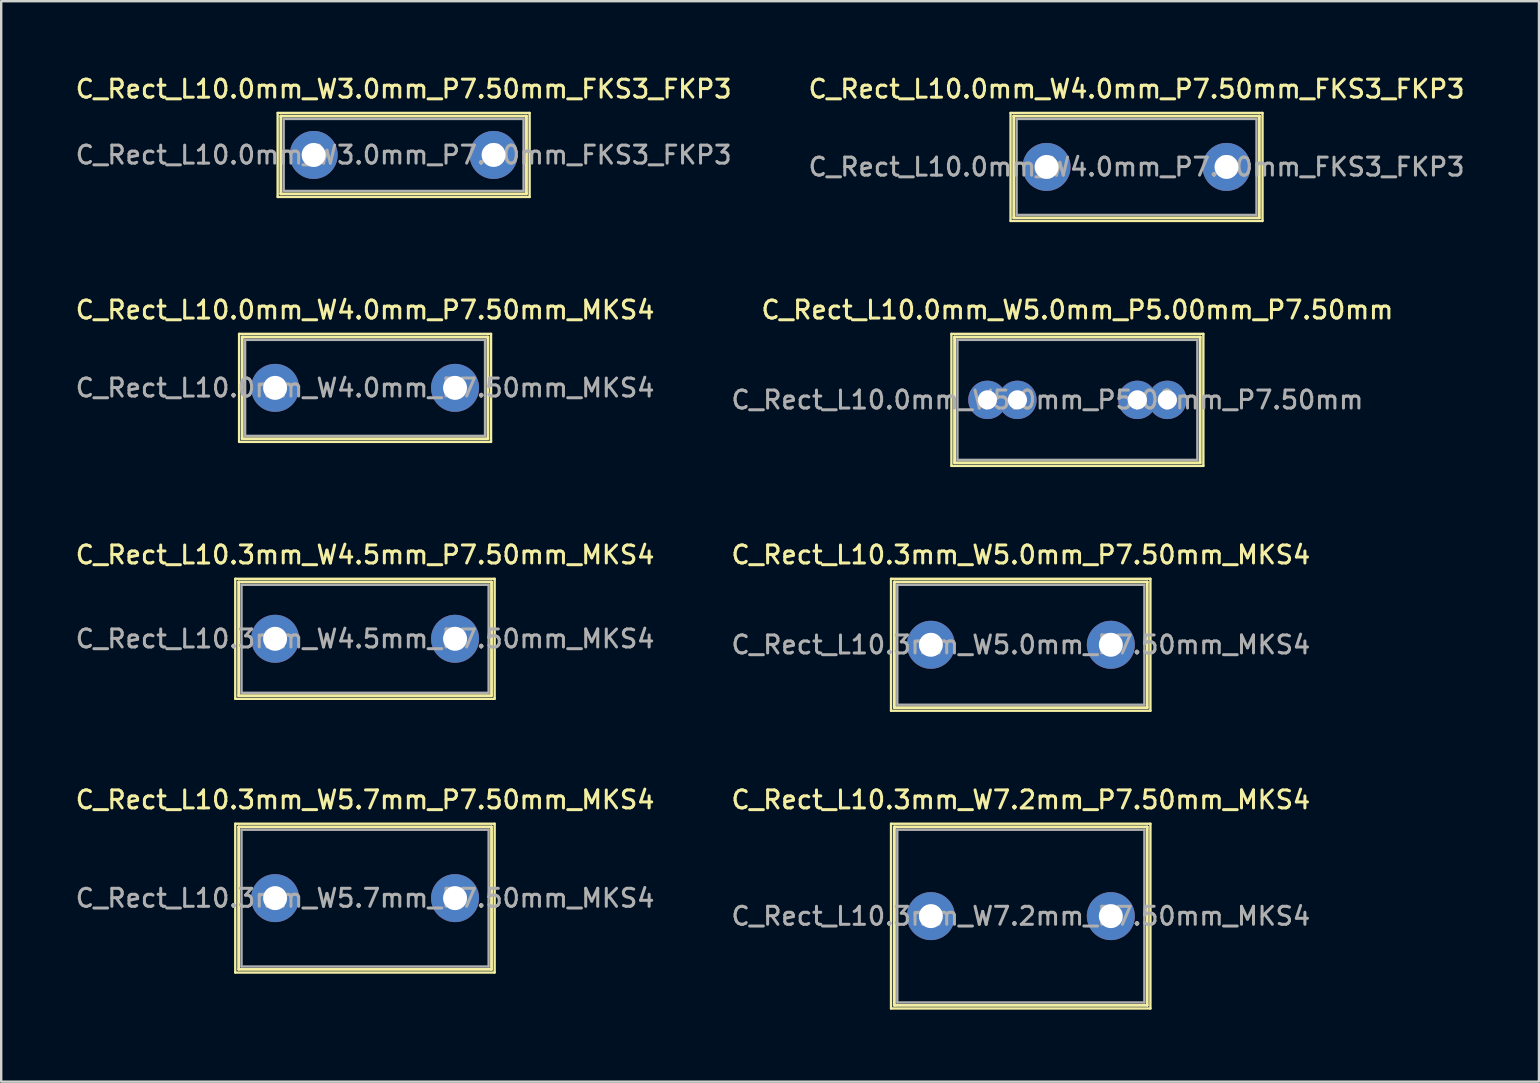
<source format=kicad_pcb>
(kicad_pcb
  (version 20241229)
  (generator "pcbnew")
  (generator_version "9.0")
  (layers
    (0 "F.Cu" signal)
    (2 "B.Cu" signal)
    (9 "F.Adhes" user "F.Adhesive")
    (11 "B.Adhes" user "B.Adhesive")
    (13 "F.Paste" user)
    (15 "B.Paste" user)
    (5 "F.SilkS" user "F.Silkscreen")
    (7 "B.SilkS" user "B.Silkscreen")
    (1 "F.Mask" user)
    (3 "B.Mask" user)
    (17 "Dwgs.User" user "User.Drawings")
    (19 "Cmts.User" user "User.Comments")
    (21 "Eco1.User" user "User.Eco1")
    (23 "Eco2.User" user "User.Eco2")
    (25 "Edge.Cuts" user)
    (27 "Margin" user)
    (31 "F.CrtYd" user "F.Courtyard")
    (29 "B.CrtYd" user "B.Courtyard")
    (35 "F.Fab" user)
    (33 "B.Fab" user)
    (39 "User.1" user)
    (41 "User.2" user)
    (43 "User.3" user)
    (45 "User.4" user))
  (footprint "C_Rect_L10.0mm_W4.0mm_P7.50mm_FKS3_FKP3"
    (layer "F.Cu")
    (at 40.57 3.908)
    (property "Reference" "C_Rect_L10.0mm_W4.0mm_P7.50mm_FKS3_FKP3" (at 3.75 -3.25 0) (layer "F.SilkS") (effects (font (size 0.75 0.75) (thickness 0.125))))
    (attr through_hole)
    (fp_line (start -1.5 -2.25) (end -1.5 2.25) (stroke (width 0.1) (type solid)) (layer "F.SilkS"))
    (fp_line (start -1.5 2.25) (end 9 2.25) (stroke (width 0.1) (type solid)) (layer "F.SilkS"))
    (fp_line (start -1.37 -2.12) (end -1.37 2.12) (stroke (width 0.12) (type solid)) (layer "F.SilkS"))
    (fp_line (start -1.37 -2.12) (end 8.87 -2.12) (stroke (width 0.12) (type solid)) (layer "F.SilkS"))
    (fp_line (start -1.37 2.12) (end 8.87 2.12) (stroke (width 0.12) (type solid)) (layer "F.SilkS"))
    (fp_line (start 8.87 -2.12) (end 8.87 2.12) (stroke (width 0.12) (type solid)) (layer "F.SilkS"))
    (fp_line (start 9 -2.25) (end -1.5 -2.25) (stroke (width 0.1) (type solid)) (layer "F.SilkS"))
    (fp_line (start 9 2.25) (end 9 -2.25) (stroke (width 0.1) (type solid)) (layer "F.SilkS"))
    (fp_line (start -1.25 -2) (end -1.25 2) (stroke (width 0.1) (type solid)) (layer "F.Fab"))
    (fp_line (start -1.25 2) (end 8.75 2) (stroke (width 0.1) (type solid)) (layer "F.Fab"))
    (fp_line (start 8.75 -2) (end -1.25 -2) (stroke (width 0.1) (type solid)) (layer "F.Fab"))
    (fp_line (start 8.75 2) (end 8.75 -2) (stroke (width 0.1) (type solid)) (layer "F.Fab"))
    (fp_text user "${REFERENCE}" (at 3.75 0 0) (layer "F.Fab") (effects (font (size 0.75 0.75) (thickness 0.125))))
    (pad "1" thru_hole circle (at 0 0) (size 2 2) (drill 1) (layers "*.Cu" "*.Mask"))
    (pad "2" thru_hole circle (at 7.5 0) (size 2 2) (drill 1) (layers "*.Cu" "*.Mask")))
  (footprint "C_Rect_L10.3mm_W4.5mm_P7.50mm_MKS4"
    (layer "F.Cu")
    (at 8.416 23.574)
    (property "Reference" "C_Rect_L10.3mm_W4.5mm_P7.50mm_MKS4" (at 3.75 -3.5 0) (layer "F.SilkS") (effects (font (size 0.75 0.75) (thickness 0.125))))
    (attr through_hole)
    (fp_line (start -1.66 -2.5) (end -1.66 2.5) (stroke (width 0.1) (type solid)) (layer "F.SilkS"))
    (fp_line (start -1.66 2.5) (end 9.15 2.5) (stroke (width 0.1) (type solid)) (layer "F.SilkS"))
    (fp_line (start -1.52 -2.37) (end -1.52 2.37) (stroke (width 0.12) (type solid)) (layer "F.SilkS"))
    (fp_line (start -1.52 -2.37) (end 9.02 -2.37) (stroke (width 0.12) (type solid)) (layer "F.SilkS"))
    (fp_line (start -1.52 2.37) (end 9.02 2.37) (stroke (width 0.12) (type solid)) (layer "F.SilkS"))
    (fp_line (start 9.02 -2.37) (end 9.02 2.37) (stroke (width 0.12) (type solid)) (layer "F.SilkS"))
    (fp_line (start 9.15 -2.5) (end -1.66 -2.5) (stroke (width 0.1) (type solid)) (layer "F.SilkS"))
    (fp_line (start 9.15 2.5) (end 9.15 -2.5) (stroke (width 0.1) (type solid)) (layer "F.SilkS"))
    (fp_line (start -1.4 -2.25) (end -1.4 2.25) (stroke (width 0.1) (type solid)) (layer "F.Fab"))
    (fp_line (start -1.4 2.25) (end 8.9 2.25) (stroke (width 0.1) (type solid)) (layer "F.Fab"))
    (fp_line (start 8.9 -2.25) (end -1.4 -2.25) (stroke (width 0.1) (type solid)) (layer "F.Fab"))
    (fp_line (start 8.9 2.25) (end 8.9 -2.25) (stroke (width 0.1) (type solid)) (layer "F.Fab"))
    (fp_text user "${REFERENCE}" (at 3.75 0 0) (layer "F.Fab") (effects (font (size 0.75 0.75) (thickness 0.125))))
    (pad "1" thru_hole circle (at 0 0) (size 2 2) (drill 1) (layers "*.Cu" "*.Mask"))
    (pad "2" thru_hole circle (at 7.5 0) (size 2 2) (drill 1) (layers "*.Cu" "*.Mask")))
  (footprint "C_Rect_L10.3mm_W5.0mm_P7.50mm_MKS4"
    (layer "F.Cu")
    (at 35.748 23.824)
    (property "Reference" "C_Rect_L10.3mm_W5.0mm_P7.50mm_MKS4" (at 3.75 -3.75 0) (layer "F.SilkS") (effects (font (size 0.75 0.75) (thickness 0.125))))
    (attr through_hole)
    (fp_line (start -1.66 -2.75) (end -1.66 2.75) (stroke (width 0.1) (type solid)) (layer "F.SilkS"))
    (fp_line (start -1.66 2.75) (end 9.15 2.75) (stroke (width 0.1) (type solid)) (layer "F.SilkS"))
    (fp_line (start -1.52 -2.62) (end -1.52 2.62) (stroke (width 0.12) (type solid)) (layer "F.SilkS"))
    (fp_line (start -1.52 -2.62) (end 9.02 -2.62) (stroke (width 0.12) (type solid)) (layer "F.SilkS"))
    (fp_line (start -1.52 2.62) (end 9.02 2.62) (stroke (width 0.12) (type solid)) (layer "F.SilkS"))
    (fp_line (start 9.02 -2.62) (end 9.02 2.62) (stroke (width 0.12) (type solid)) (layer "F.SilkS"))
    (fp_line (start 9.15 -2.75) (end -1.66 -2.75) (stroke (width 0.1) (type solid)) (layer "F.SilkS"))
    (fp_line (start 9.15 2.75) (end 9.15 -2.75) (stroke (width 0.1) (type solid)) (layer "F.SilkS"))
    (fp_line (start -1.4 -2.5) (end -1.4 2.5) (stroke (width 0.1) (type solid)) (layer "F.Fab"))
    (fp_line (start -1.4 2.5) (end 8.9 2.5) (stroke (width 0.1) (type solid)) (layer "F.Fab"))
    (fp_line (start 8.9 -2.5) (end -1.4 -2.5) (stroke (width 0.1) (type solid)) (layer "F.Fab"))
    (fp_line (start 8.9 2.5) (end 8.9 -2.5) (stroke (width 0.1) (type solid)) (layer "F.Fab"))
    (fp_text user "${REFERENCE}" (at 3.75 0 0) (layer "F.Fab") (effects (font (size 0.75 0.75) (thickness 0.125))))
    (pad "1" thru_hole circle (at 0 0) (size 2 2) (drill 1) (layers "*.Cu" "*.Mask"))
    (pad "2" thru_hole circle (at 7.5 0) (size 2 2) (drill 1) (layers "*.Cu" "*.Mask")))
  (footprint "C_Rect_L10.0mm_W5.0mm_P5.00mm_P7.50mm"
    (layer "F.Cu")
    (at 38.105 13.616)
    (property "Reference" "C_Rect_L10.0mm_W5.0mm_P5.00mm_P7.50mm" (at 3.75 -3.75 0) (layer "F.SilkS") (effects (font (size 0.75 0.75) (thickness 0.125))))
    (attr through_hole)
    (fp_line (start -1.5 -2.75) (end -1.5 2.75) (stroke (width 0.1) (type solid)) (layer "F.SilkS"))
    (fp_line (start -1.5 2.75) (end 9 2.75) (stroke (width 0.1) (type solid)) (layer "F.SilkS"))
    (fp_line (start -1.37 -2.62) (end -1.37 2.62) (stroke (width 0.12) (type solid)) (layer "F.SilkS"))
    (fp_line (start -1.37 -2.62) (end 8.87 -2.62) (stroke (width 0.12) (type solid)) (layer "F.SilkS"))
    (fp_line (start -1.37 2.62) (end 8.87 2.62) (stroke (width 0.12) (type solid)) (layer "F.SilkS"))
    (fp_line (start 8.87 -2.62) (end 8.87 2.62) (stroke (width 0.12) (type solid)) (layer "F.SilkS"))
    (fp_line (start 9 -2.75) (end -1.5 -2.75) (stroke (width 0.1) (type solid)) (layer "F.SilkS"))
    (fp_line (start 9 2.75) (end 9 -2.75) (stroke (width 0.1) (type solid)) (layer "F.SilkS"))
    (fp_line (start -1.25 -2.5) (end -1.25 2.5) (stroke (width 0.1) (type solid)) (layer "F.Fab"))
    (fp_line (start -1.25 2.5) (end 8.75 2.5) (stroke (width 0.1) (type solid)) (layer "F.Fab"))
    (fp_line (start 8.75 -2.5) (end -1.25 -2.5) (stroke (width 0.1) (type solid)) (layer "F.Fab"))
    (fp_line (start 8.75 2.5) (end 8.75 -2.5) (stroke (width 0.1) (type solid)) (layer "F.Fab"))
    (fp_text user "${REFERENCE}" (at 2.5 0 0) (layer "F.Fab") (effects (font (size 0.75 0.75) (thickness 0.125))))
    (pad "1" thru_hole circle (at 0 0) (size 1.6 1.6) (drill 0.8) (layers "*.Cu" "*.Mask"))
    (pad "1" thru_hole circle (at 1.25 0) (size 1.6 1.6) (drill 0.8) (layers "*.Cu" "*.Mask"))
    (pad "2" thru_hole circle (at 6.25 0) (size 1.6 1.6) (drill 0.8) (layers "*.Cu" "*.Mask"))
    (pad "2" thru_hole circle (at 7.5 0) (size 1.6 1.6) (drill 0.8) (layers "*.Cu" "*.Mask")))
  (footprint "C_Rect_L10.0mm_W4.0mm_P7.50mm_MKS4"
    (layer "F.Cu")
    (at 8.416 13.116)
    (property "Reference" "C_Rect_L10.0mm_W4.0mm_P7.50mm_MKS4" (at 3.75 -3.25 0) (layer "F.SilkS") (effects (font (size 0.75 0.75) (thickness 0.125))))
    (attr through_hole)
    (fp_line (start -1.5 -2.25) (end -1.5 2.25) (stroke (width 0.1) (type solid)) (layer "F.SilkS"))
    (fp_line (start -1.5 2.25) (end 9 2.25) (stroke (width 0.1) (type solid)) (layer "F.SilkS"))
    (fp_line (start -1.37 -2.12) (end -1.37 2.12) (stroke (width 0.12) (type solid)) (layer "F.SilkS"))
    (fp_line (start -1.37 -2.12) (end 8.87 -2.12) (stroke (width 0.12) (type solid)) (layer "F.SilkS"))
    (fp_line (start -1.37 2.12) (end 8.87 2.12) (stroke (width 0.12) (type solid)) (layer "F.SilkS"))
    (fp_line (start 8.87 -2.12) (end 8.87 2.12) (stroke (width 0.12) (type solid)) (layer "F.SilkS"))
    (fp_line (start 9 -2.25) (end -1.5 -2.25) (stroke (width 0.1) (type solid)) (layer "F.SilkS"))
    (fp_line (start 9 2.25) (end 9 -2.25) (stroke (width 0.1) (type solid)) (layer "F.SilkS"))
    (fp_line (start -1.25 -2) (end -1.25 2) (stroke (width 0.1) (type solid)) (layer "F.Fab"))
    (fp_line (start -1.25 2) (end 8.75 2) (stroke (width 0.1) (type solid)) (layer "F.Fab"))
    (fp_line (start 8.75 -2) (end -1.25 -2) (stroke (width 0.1) (type solid)) (layer "F.Fab"))
    (fp_line (start 8.75 2) (end 8.75 -2) (stroke (width 0.1) (type solid)) (layer "F.Fab"))
    (fp_text user "${REFERENCE}" (at 3.75 0 0) (layer "F.Fab") (effects (font (size 0.75 0.75) (thickness 0.125))))
    (pad "1" thru_hole circle (at 0 0) (size 2 2) (drill 1) (layers "*.Cu" "*.Mask"))
    (pad "2" thru_hole circle (at 7.5 0) (size 2 2) (drill 1) (layers "*.Cu" "*.Mask")))
  (footprint "C_Rect_L10.0mm_W3.0mm_P7.50mm_FKS3_FKP3"
    (layer "F.Cu")
    (at 10.023 3.408)
    (property "Reference" "C_Rect_L10.0mm_W3.0mm_P7.50mm_FKS3_FKP3" (at 3.75 -2.75 0) (layer "F.SilkS") (effects (font (size 0.75 0.75) (thickness 0.125))))
    (attr through_hole)
    (fp_line (start -1.5 -1.75) (end -1.5 1.75) (stroke (width 0.1) (type solid)) (layer "F.SilkS"))
    (fp_line (start -1.5 1.75) (end 9 1.75) (stroke (width 0.1) (type solid)) (layer "F.SilkS"))
    (fp_line (start -1.37 -1.62) (end -1.37 1.62) (stroke (width 0.12) (type solid)) (layer "F.SilkS"))
    (fp_line (start -1.37 -1.62) (end 8.87 -1.62) (stroke (width 0.12) (type solid)) (layer "F.SilkS"))
    (fp_line (start -1.37 1.62) (end 8.87 1.62) (stroke (width 0.12) (type solid)) (layer "F.SilkS"))
    (fp_line (start 8.87 -1.62) (end 8.87 1.62) (stroke (width 0.12) (type solid)) (layer "F.SilkS"))
    (fp_line (start 9 -1.75) (end -1.5 -1.75) (stroke (width 0.1) (type solid)) (layer "F.SilkS"))
    (fp_line (start 9 1.75) (end 9 -1.75) (stroke (width 0.1) (type solid)) (layer "F.SilkS"))
    (fp_line (start -1.25 -1.5) (end -1.25 1.5) (stroke (width 0.1) (type solid)) (layer "F.Fab"))
    (fp_line (start -1.25 1.5) (end 8.75 1.5) (stroke (width 0.1) (type solid)) (layer "F.Fab"))
    (fp_line (start 8.75 -1.5) (end -1.25 -1.5) (stroke (width 0.1) (type solid)) (layer "F.Fab"))
    (fp_line (start 8.75 1.5) (end 8.75 -1.5) (stroke (width 0.1) (type solid)) (layer "F.Fab"))
    (fp_text user "${REFERENCE}" (at 3.75 0 0) (layer "F.Fab") (effects (font (size 0.75 0.75) (thickness 0.125))))
    (pad "1" thru_hole circle (at 0 0) (size 2 2) (drill 1) (layers "*.Cu" "*.Mask"))
    (pad "2" thru_hole circle (at 7.5 0) (size 2 2) (drill 1) (layers "*.Cu" "*.Mask")))
  (footprint "C_Rect_L10.3mm_W7.2mm_P7.50mm_MKS4"
    (layer "F.Cu")
    (at 35.748 35.133)
    (property "Reference" "C_Rect_L10.3mm_W7.2mm_P7.50mm_MKS4" (at 3.75 -4.85 0) (layer "F.SilkS") (effects (font (size 0.75 0.75) (thickness 0.125))))
    (attr through_hole)
    (fp_line (start -1.66 -3.85) (end -1.66 3.85) (stroke (width 0.1) (type solid)) (layer "F.SilkS"))
    (fp_line (start -1.66 3.85) (end 9.15 3.85) (stroke (width 0.1) (type solid)) (layer "F.SilkS"))
    (fp_line (start -1.52 -3.72) (end -1.52 3.72) (stroke (width 0.12) (type solid)) (layer "F.SilkS"))
    (fp_line (start -1.52 -3.72) (end 9.02 -3.72) (stroke (width 0.12) (type solid)) (layer "F.SilkS"))
    (fp_line (start -1.52 3.72) (end 9.02 3.72) (stroke (width 0.12) (type solid)) (layer "F.SilkS"))
    (fp_line (start 9.02 -3.72) (end 9.02 3.72) (stroke (width 0.12) (type solid)) (layer "F.SilkS"))
    (fp_line (start 9.15 -3.85) (end -1.66 -3.85) (stroke (width 0.1) (type solid)) (layer "F.SilkS"))
    (fp_line (start 9.15 3.85) (end 9.15 -3.85) (stroke (width 0.1) (type solid)) (layer "F.SilkS"))
    (fp_line (start -1.4 -3.6) (end -1.4 3.6) (stroke (width 0.1) (type solid)) (layer "F.Fab"))
    (fp_line (start -1.4 3.6) (end 8.9 3.6) (stroke (width 0.1) (type solid)) (layer "F.Fab"))
    (fp_line (start 8.9 -3.6) (end -1.4 -3.6) (stroke (width 0.1) (type solid)) (layer "F.Fab"))
    (fp_line (start 8.9 3.6) (end 8.9 -3.6) (stroke (width 0.1) (type solid)) (layer "F.Fab"))
    (fp_text user "${REFERENCE}" (at 3.75 0 0) (layer "F.Fab") (effects (font (size 0.75 0.75) (thickness 0.125))))
    (pad "1" thru_hole circle (at 0 0) (size 2 2) (drill 1) (layers "*.Cu" "*.Mask"))
    (pad "2" thru_hole circle (at 7.5 0) (size 2 2) (drill 1) (layers "*.Cu" "*.Mask")))
  (footprint "C_Rect_L10.3mm_W5.7mm_P7.50mm_MKS4"
    (layer "F.Cu")
    (at 8.416 34.383)
    (property "Reference" "C_Rect_L10.3mm_W5.7mm_P7.50mm_MKS4" (at 3.75 -4.1 0) (layer "F.SilkS") (effects (font (size 0.75 0.75) (thickness 0.125))))
    (attr through_hole)
    (fp_line (start -1.66 -3.1) (end -1.66 3.1) (stroke (width 0.1) (type solid)) (layer "F.SilkS"))
    (fp_line (start -1.66 3.1) (end 9.15 3.1) (stroke (width 0.1) (type solid)) (layer "F.SilkS"))
    (fp_line (start -1.52 -2.97) (end -1.52 2.97) (stroke (width 0.12) (type solid)) (layer "F.SilkS"))
    (fp_line (start -1.52 -2.97) (end 9.02 -2.97) (stroke (width 0.12) (type solid)) (layer "F.SilkS"))
    (fp_line (start -1.52 2.97) (end 9.02 2.97) (stroke (width 0.12) (type solid)) (layer "F.SilkS"))
    (fp_line (start 9.02 -2.97) (end 9.02 2.97) (stroke (width 0.12) (type solid)) (layer "F.SilkS"))
    (fp_line (start 9.15 -3.1) (end -1.66 -3.1) (stroke (width 0.1) (type solid)) (layer "F.SilkS"))
    (fp_line (start 9.15 3.1) (end 9.15 -3.1) (stroke (width 0.1) (type solid)) (layer "F.SilkS"))
    (fp_line (start -1.4 -2.85) (end -1.4 2.85) (stroke (width 0.1) (type solid)) (layer "F.Fab"))
    (fp_line (start -1.4 2.85) (end 8.9 2.85) (stroke (width 0.1) (type solid)) (layer "F.Fab"))
    (fp_line (start 8.9 -2.85) (end -1.4 -2.85) (stroke (width 0.1) (type solid)) (layer "F.Fab"))
    (fp_line (start 8.9 2.85) (end 8.9 -2.85) (stroke (width 0.1) (type solid)) (layer "F.Fab"))
    (fp_text user "${REFERENCE}" (at 3.75 0 0) (layer "F.Fab") (effects (font (size 0.75 0.75) (thickness 0.125))))
    (pad "1" thru_hole circle (at 0 0) (size 2 2) (drill 1) (layers "*.Cu" "*.Mask"))
    (pad "2" thru_hole circle (at 7.5 0) (size 2 2) (drill 1) (layers "*.Cu" "*.Mask")))
  (gr_rect
    (start -3 -3)
    (end 61.093 42.032)
    (stroke (width 0.1) (type default))
    (fill no)
    (layer "Edge.Cuts")))
</source>
